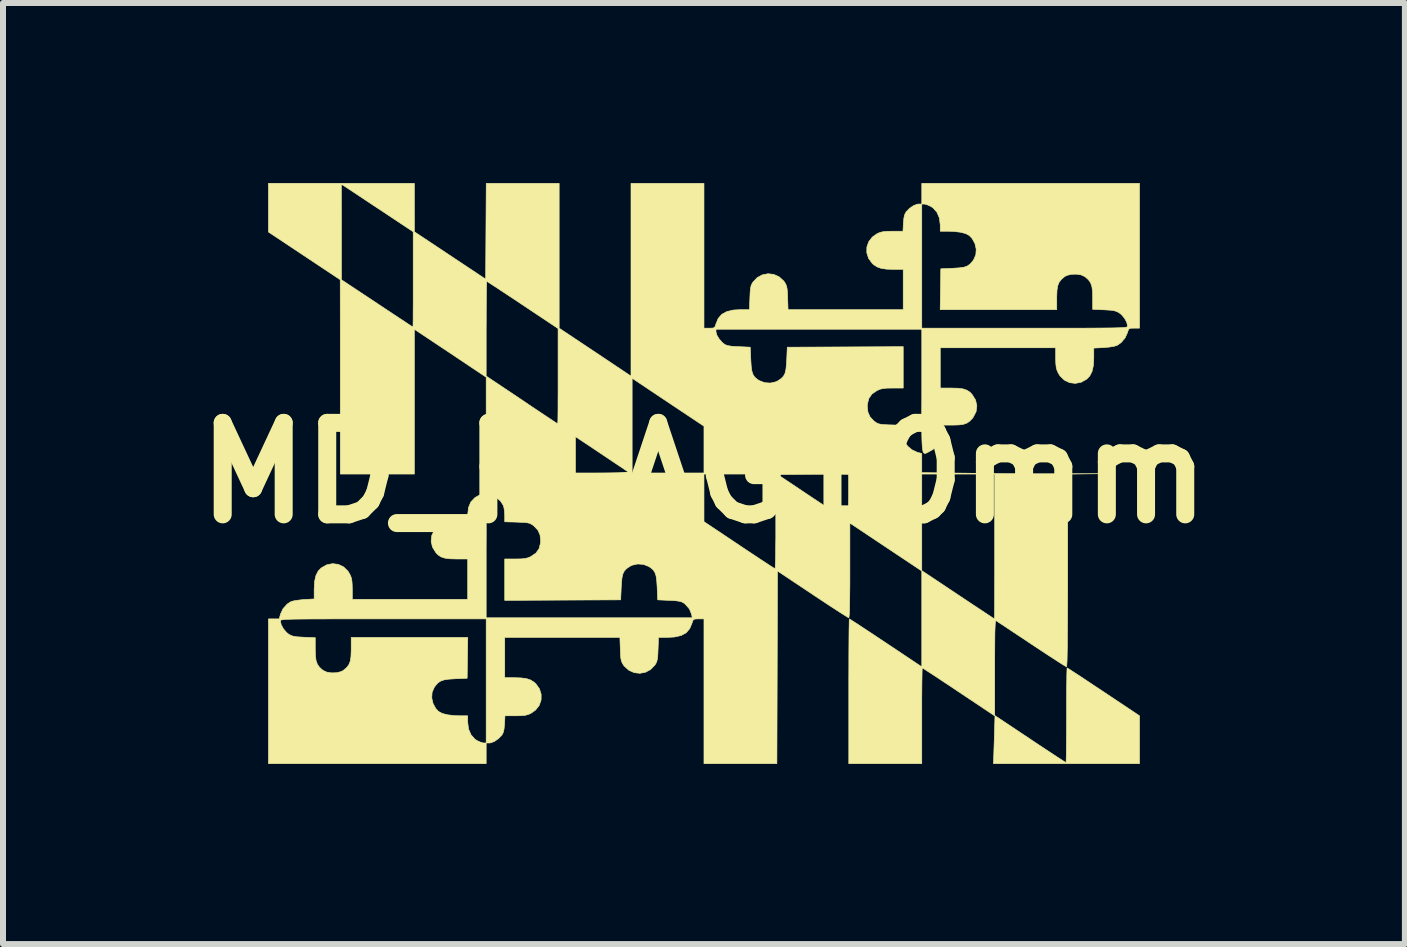
<source format=kicad_pcb>
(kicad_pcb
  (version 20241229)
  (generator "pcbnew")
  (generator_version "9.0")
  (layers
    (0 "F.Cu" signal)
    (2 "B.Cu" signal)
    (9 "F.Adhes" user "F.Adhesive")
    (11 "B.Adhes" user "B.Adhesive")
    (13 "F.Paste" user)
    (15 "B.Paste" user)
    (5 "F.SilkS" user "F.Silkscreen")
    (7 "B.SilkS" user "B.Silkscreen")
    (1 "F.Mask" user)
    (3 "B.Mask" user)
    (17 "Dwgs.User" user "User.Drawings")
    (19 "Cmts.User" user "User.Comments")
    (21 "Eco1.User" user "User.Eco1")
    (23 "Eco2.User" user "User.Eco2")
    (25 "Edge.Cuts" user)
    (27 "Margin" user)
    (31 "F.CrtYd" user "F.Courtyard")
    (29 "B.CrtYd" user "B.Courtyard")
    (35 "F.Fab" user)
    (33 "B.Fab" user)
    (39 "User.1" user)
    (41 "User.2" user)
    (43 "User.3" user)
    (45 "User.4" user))
  (footprint "MD_FLAG10mm"
    (layer "F.Cu")
    (at 8.68 4.831)
    (property "Reference" "MD_FLAG10mm" (at 0 0 0) (layer "F.SilkS") (effects (font (size 1.524 1.524) (thickness 0.3))))
    (attr through_hole)
    (fp_poly (pts (xy -4.826 -4.422) (xy -4.825 -4.019) (xy -4.231 -3.624) (xy -3.638 -3.23) (xy -3.633 -4.028) (xy -3.628 -4.826) (xy -2.413 -4.826) (xy -2.413 -2.413) (xy -1.814 -2.014) (xy -1.216 -1.614) (xy -1.216 -4.826) (xy 0 -4.826) (xy 0 -2.413) (xy 0.09 -2.413) (xy 3.629 -2.413) (xy 5.343 -2.413) (xy 5.631 -2.413) (xy 5.884 -2.413) (xy 6.106 -2.413) (xy 6.298 -2.413) (xy 6.462 -2.414) (xy 6.6 -2.415) (xy 6.716 -2.416) (xy 6.81 -2.417) (xy 6.885 -2.419) (xy 6.943 -2.421) (xy 6.986 -2.423) (xy 7.017 -2.426) (xy 7.037 -2.43) (xy 7.049 -2.434) (xy 7.055 -2.439) (xy 7.057 -2.445) (xy 7.058 -2.45) (xy 7.044 -2.511) (xy 7.007 -2.579) (xy 6.956 -2.639) (xy 6.918 -2.669) (xy 6.879 -2.69) (xy 6.836 -2.703) (xy 6.779 -2.712) (xy 6.698 -2.717) (xy 6.663 -2.719) (xy 6.477 -2.726) (xy 6.477 -2.92) (xy 6.474 -3.029) (xy 6.463 -3.11) (xy 6.441 -3.171) (xy 6.405 -3.221) (xy 6.352 -3.268) (xy 6.344 -3.273) (xy 6.283 -3.301) (xy 6.202 -3.313) (xy 6.118 -3.31) (xy 6.044 -3.291) (xy 6.011 -3.273) (xy 5.956 -3.227) (xy 5.918 -3.178) (xy 5.894 -3.119) (xy 5.882 -3.042) (xy 5.878 -2.938) (xy 5.878 -2.918) (xy 5.878 -2.721) (xy 3.936 -2.721) (xy 3.941 -3.062) (xy 3.946 -3.402) (xy 4.149 -3.411) (xy 4.255 -3.418) (xy 4.332 -3.429) (xy 4.389 -3.449) (xy 4.434 -3.481) (xy 4.475 -3.528) (xy 4.495 -3.556) (xy 4.53 -3.637) (xy 4.536 -3.729) (xy 4.515 -3.822) (xy 4.469 -3.906) (xy 4.421 -3.957) (xy 4.361 -3.989) (xy 4.271 -4.012) (xy 4.157 -4.025) (xy 4.072 -4.028) (xy 3.937 -4.028) (xy 3.937 -4.133) (xy 3.923 -4.248) (xy 3.882 -4.344) (xy 3.817 -4.417) (xy 3.783 -4.44) (xy 3.729 -4.465) (xy 3.682 -4.48) (xy 3.669 -4.481) (xy 3.629 -4.481) (xy 3.629 -2.413) (xy 0.09 -2.413) (xy 0.144 -2.414) (xy 0.173 -2.423) (xy 0.188 -2.447) (xy 0.199 -2.483) (xy 0.237 -2.575) (xy 0.296 -2.643) (xy 0.38 -2.689) (xy 0.49 -2.715) (xy 0.601 -2.721) (xy 0.758 -2.721) (xy 0.765 -2.918) (xy 0.769 -3.009) (xy 0.775 -3.072) (xy 0.784 -3.117) (xy 0.799 -3.152) (xy 0.816 -3.18) (xy 0.888 -3.256) (xy 0.974 -3.302) (xy 1.068 -3.32) (xy 1.163 -3.309) (xy 1.252 -3.269) (xy 1.328 -3.2) (xy 1.343 -3.18) (xy 1.363 -3.146) (xy 1.377 -3.11) (xy 1.386 -3.063) (xy 1.391 -2.996) (xy 1.394 -2.918) (xy 1.401 -2.721) (xy 3.32 -2.721) (xy 3.32 -3.393) (xy 3.161 -3.393) (xy 3.045 -3.396) (xy 2.956 -3.409) (xy 2.888 -3.432) (xy 2.831 -3.468) (xy 2.803 -3.493) (xy 2.742 -3.577) (xy 2.713 -3.67) (xy 2.714 -3.764) (xy 2.745 -3.853) (xy 2.805 -3.931) (xy 2.884 -3.987) (xy 2.931 -4.007) (xy 2.979 -4.019) (xy 3.041 -4.026) (xy 3.127 -4.028) (xy 3.141 -4.028) (xy 3.316 -4.028) (xy 3.323 -4.163) (xy 3.331 -4.248) (xy 3.345 -4.307) (xy 3.367 -4.349) (xy 3.424 -4.408) (xy 3.49 -4.454) (xy 3.554 -4.479) (xy 3.577 -4.481) (xy 3.629 -4.481) (xy 3.629 -4.826) (xy 7.257 -4.826) (xy 7.257 -2.413) (xy 7.167 -2.413) (xy 7.113 -2.412) (xy 7.084 -2.403) (xy 7.069 -2.378) (xy 7.058 -2.341) (xy 7.017 -2.251) (xy 6.951 -2.173) (xy 6.888 -2.128) (xy 6.835 -2.111) (xy 6.755 -2.098) (xy 6.663 -2.09) (xy 6.495 -2.081) (xy 6.495 -1.916) (xy 6.488 -1.789) (xy 6.466 -1.691) (xy 6.428 -1.616) (xy 6.377 -1.563) (xy 6.285 -1.512) (xy 6.188 -1.493) (xy 6.092 -1.505) (xy 6.005 -1.547) (xy 5.932 -1.618) (xy 5.901 -1.669) (xy 5.88 -1.717) (xy 5.868 -1.767) (xy 5.862 -1.832) (xy 5.86 -1.918) (xy 5.86 -2.086) (xy 3.937 -2.086) (xy 3.937 -1.415) (xy 4.119 -1.415) (xy 4.232 -1.412) (xy 4.317 -1.401) (xy 4.381 -1.379) (xy 4.432 -1.346) (xy 4.468 -1.308) (xy 4.525 -1.216) (xy 4.547 -1.119) (xy 4.534 -1.021) (xy 4.486 -0.928) (xy 4.47 -0.907) (xy 4.426 -0.862) (xy 4.38 -0.831) (xy 4.324 -0.811) (xy 4.249 -0.801) (xy 4.148 -0.798) (xy 4.128 -0.798) (xy 3.937 -0.798) (xy 3.937 -0.677) (xy 3.924 -0.559) (xy 3.885 -0.466) (xy 3.82 -0.395) (xy 3.768 -0.365) (xy 3.739 -0.349) (xy 3.714 -0.336) (xy 3.693 -0.327) (xy 3.676 -0.326) (xy 3.662 -0.334) (xy 3.651 -0.354) (xy 3.643 -0.39) (xy 3.637 -0.442) (xy 3.633 -0.514) (xy 3.63 -0.609) (xy 3.629 -0.729) (xy 3.628 -0.876) (xy 3.628 -1.054) (xy 3.629 -1.264) (xy 3.629 -1.361) (xy 3.629 -2.395) (xy 0.2 -2.395) (xy 0.2 -2.352) (xy 0.213 -2.3) (xy 0.249 -2.239) (xy 0.299 -2.18) (xy 0.332 -2.152) (xy 0.363 -2.133) (xy 0.402 -2.121) (xy 0.459 -2.112) (xy 0.54 -2.106) (xy 0.577 -2.105) (xy 0.771 -2.096) (xy 0.78 -1.887) (xy 0.787 -1.778) (xy 0.798 -1.699) (xy 0.817 -1.641) (xy 0.846 -1.597) (xy 0.889 -1.56) (xy 0.922 -1.539) (xy 1.009 -1.505) (xy 1.105 -1.498) (xy 1.198 -1.519) (xy 1.237 -1.539) (xy 1.289 -1.575) (xy 1.326 -1.614) (xy 1.351 -1.662) (xy 1.366 -1.728) (xy 1.375 -1.819) (xy 1.379 -1.887) (xy 1.388 -2.096) (xy 2.354 -2.1) (xy 3.32 -2.105) (xy 3.32 -1.415) (xy 3.143 -1.415) (xy 3.052 -1.414) (xy 2.988 -1.408) (xy 2.938 -1.397) (xy 2.893 -1.378) (xy 2.884 -1.374) (xy 2.799 -1.316) (xy 2.746 -1.24) (xy 2.723 -1.145) (xy 2.721 -1.112) (xy 2.732 -1.013) (xy 2.767 -0.935) (xy 2.831 -0.867) (xy 2.842 -0.858) (xy 2.874 -0.836) (xy 2.904 -0.821) (xy 2.943 -0.812) (xy 2.997 -0.806) (xy 3.076 -0.802) (xy 3.115 -0.801) (xy 3.32 -0.795) (xy 3.32 -0.687) (xy 3.324 -0.617) (xy 3.335 -0.551) (xy 3.345 -0.52) (xy 3.392 -0.448) (xy 3.464 -0.387) (xy 3.549 -0.347) (xy 3.557 -0.344) (xy 3.629 -0.325) (xy 3.629 -0.006) (xy 4.536 0.006) (xy 4.758 0.008) (xy 5.007 0.01) (xy 5.272 0.012) (xy 5.543 0.013) (xy 5.81 0.013) (xy 6.063 0.013) (xy 6.293 0.012) (xy 6.345 0.012) (xy 6.501 0.011) (xy 6.628 0.01) (xy 6.725 0.01) (xy 6.791 0.009) (xy 6.826 0.009) (xy 6.828 0.01) (xy 6.796 0.01) (xy 6.73 0.011) (xy 6.654 0.012) (xy 6.06 0.019) (xy 6.06 1.624) (xy 6.06 1.947) (xy 6.059 2.234) (xy 6.058 2.484) (xy 6.056 2.699) (xy 6.055 2.877) (xy 6.052 3.018) (xy 6.05 3.124) (xy 6.046 3.193) (xy 6.043 3.226) (xy 6.041 3.229) (xy 6.023 3.22) (xy 5.977 3.192) (xy 5.908 3.148) (xy 5.82 3.091) (xy 5.715 3.023) (xy 5.597 2.945) (xy 5.47 2.861) (xy 5.456 2.852) (xy 5.328 2.766) (xy 5.208 2.687) (xy 5.101 2.616) (xy 5.01 2.555) (xy 4.938 2.508) (xy 4.89 2.476) (xy 4.867 2.461) (xy 4.867 2.461) (xy 4.861 2.464) (xy 4.857 2.483) (xy 4.853 2.521) (xy 4.85 2.58) (xy 4.847 2.663) (xy 4.846 2.771) (xy 4.845 2.909) (xy 4.844 3.078) (xy 4.844 3.244) (xy 4.844 4.04) (xy 5.434 4.433) (xy 5.564 4.52) (xy 5.685 4.6) (xy 5.793 4.671) (xy 5.885 4.732) (xy 5.958 4.779) (xy 6.007 4.811) (xy 6.031 4.825) (xy 6.032 4.826) (xy 6.034 4.808) (xy 6.036 4.758) (xy 6.038 4.679) (xy 6.039 4.575) (xy 6.04 4.449) (xy 6.041 4.305) (xy 6.041 4.148) (xy 6.042 4.037) (xy 6.042 3.872) (xy 6.042 3.718) (xy 6.043 3.58) (xy 6.045 3.461) (xy 6.046 3.365) (xy 6.048 3.295) (xy 6.05 3.255) (xy 6.051 3.248) (xy 6.067 3.257) (xy 6.111 3.285) (xy 6.178 3.329) (xy 6.266 3.386) (xy 6.37 3.455) (xy 6.488 3.534) (xy 6.617 3.619) (xy 6.659 3.647) (xy 7.257 4.046) (xy 7.257 4.844) (xy 4.824 4.844) (xy 4.837 4.447) (xy 4.849 4.05) (xy 4.248 3.649) (xy 4.117 3.561) (xy 3.994 3.48) (xy 3.885 3.407) (xy 3.791 3.346) (xy 3.717 3.298) (xy 3.666 3.264) (xy 3.64 3.249) (xy 3.638 3.248) (xy 3.636 3.265) (xy 3.634 3.315) (xy 3.633 3.394) (xy 3.631 3.499) (xy 3.63 3.625) (xy 3.629 3.769) (xy 3.629 3.927) (xy 3.629 4.046) (xy 3.629 4.844) (xy 2.413 4.844) (xy 2.413 3.638) (xy 2.413 3.432) (xy 2.414 3.238) (xy 2.414 3.057) (xy 2.415 2.894) (xy 2.416 2.75) (xy 2.417 2.629) (xy 2.419 2.535) (xy 2.42 2.469) (xy 2.422 2.435) (xy 2.422 2.431) (xy 2.439 2.441) (xy 2.482 2.469) (xy 2.55 2.512) (xy 2.637 2.57) (xy 2.742 2.639) (xy 2.86 2.717) (xy 2.989 2.803) (xy 3.03 2.83) (xy 3.629 3.23) (xy 3.629 1.633) (xy 3.03 1.234) (xy 2.431 0.834) (xy 2.431 1.624) (xy 2.431 1.839) (xy 2.429 2.021) (xy 2.427 2.169) (xy 2.425 2.282) (xy 2.421 2.361) (xy 2.416 2.404) (xy 2.413 2.413) (xy 2.394 2.403) (xy 2.349 2.375) (xy 2.28 2.332) (xy 2.191 2.274) (xy 2.086 2.206) (xy 1.967 2.127) (xy 1.838 2.042) (xy 1.81 2.023) (xy 1.225 1.633) (xy 1.22 3.238) (xy 1.215 4.844) (xy 0 4.844) (xy 0 2.431) (xy -0.09 2.431) (xy -0.144 2.433) (xy -0.173 2.442) (xy -0.188 2.465) (xy -0.199 2.501) (xy -0.237 2.593) (xy -0.296 2.662) (xy -0.38 2.708) (xy -0.49 2.733) (xy -0.601 2.739) (xy -0.758 2.74) (xy -0.765 2.936) (xy -0.769 3.027) (xy -0.775 3.09) (xy -0.784 3.135) (xy -0.799 3.17) (xy -0.816 3.198) (xy -0.888 3.274) (xy -0.974 3.32) (xy -1.068 3.338) (xy -1.163 3.327) (xy -1.252 3.287) (xy -1.328 3.218) (xy -1.343 3.198) (xy -1.363 3.164) (xy -1.377 3.129) (xy -1.386 3.082) (xy -1.391 3.015) (xy -1.394 2.936) (xy -1.401 2.74) (xy -3.32 2.74) (xy -3.32 3.411) (xy -3.161 3.411) (xy -3.045 3.415) (xy -2.956 3.427) (xy -2.888 3.45) (xy -2.831 3.486) (xy -2.803 3.511) (xy -2.742 3.595) (xy -2.713 3.688) (xy -2.714 3.782) (xy -2.745 3.872) (xy -2.805 3.949) (xy -2.884 4.005) (xy -2.931 4.025) (xy -2.979 4.038) (xy -3.041 4.044) (xy -3.127 4.046) (xy -3.141 4.046) (xy -3.316 4.046) (xy -3.323 4.181) (xy -3.331 4.266) (xy -3.345 4.325) (xy -3.367 4.367) (xy -3.424 4.426) (xy -3.49 4.472) (xy -3.554 4.497) (xy -3.577 4.499) (xy -3.629 4.499) (xy -3.629 4.844) (xy -7.257 4.844) (xy -7.257 2.468) (xy -7.058 2.468) (xy -7.044 2.53) (xy -7.007 2.597) (xy -6.956 2.657) (xy -6.918 2.688) (xy -6.879 2.708) (xy -6.836 2.722) (xy -6.779 2.73) (xy -6.698 2.735) (xy -6.663 2.737) (xy -6.477 2.744) (xy -6.477 2.939) (xy -6.474 3.047) (xy -6.463 3.128) (xy -6.441 3.189) (xy -6.405 3.239) (xy -6.352 3.286) (xy -6.344 3.291) (xy -6.283 3.319) (xy -6.202 3.331) (xy -6.118 3.328) (xy -6.044 3.309) (xy -6.011 3.291) (xy -5.956 3.245) (xy -5.918 3.196) (xy -5.894 3.137) (xy -5.882 3.06) (xy -5.878 2.956) (xy -5.878 2.936) (xy -5.878 2.74) (xy -3.936 2.74) (xy -3.941 3.08) (xy -3.946 3.42) (xy -4.149 3.429) (xy -4.255 3.436) (xy -4.332 3.448) (xy -4.389 3.468) (xy -4.434 3.499) (xy -4.475 3.546) (xy -4.495 3.574) (xy -4.53 3.655) (xy -4.536 3.747) (xy -4.515 3.84) (xy -4.469 3.925) (xy -4.421 3.975) (xy -4.361 4.007) (xy -4.27 4.03) (xy -4.157 4.043) (xy -4.072 4.046) (xy -3.937 4.046) (xy -3.937 4.151) (xy -3.923 4.266) (xy -3.882 4.362) (xy -3.817 4.435) (xy -3.783 4.458) (xy -3.729 4.483) (xy -3.682 4.498) (xy -3.669 4.499) (xy -3.629 4.499) (xy -3.629 2.431) (xy -5.343 2.431) (xy -5.631 2.431) (xy -5.884 2.431) (xy -6.106 2.431) (xy -6.298 2.432) (xy -6.462 2.432) (xy -6.6 2.433) (xy -6.716 2.434) (xy -6.81 2.435) (xy -6.885 2.437) (xy -6.943 2.439) (xy -6.986 2.441) (xy -7.017 2.445) (xy -7.037 2.448) (xy -7.049 2.452) (xy -7.055 2.457) (xy -7.057 2.463) (xy -7.058 2.468) (xy -7.257 2.468) (xy -7.257 2.431) (xy -7.077 2.431) (xy -7.057 2.354) (xy -7.015 2.263) (xy -6.946 2.186) (xy -6.888 2.147) (xy -6.845 2.133) (xy -6.776 2.121) (xy -6.693 2.111) (xy -6.665 2.109) (xy -6.495 2.099) (xy -6.495 1.934) (xy -6.488 1.807) (xy -6.466 1.709) (xy -6.428 1.634) (xy -6.377 1.582) (xy -6.285 1.53) (xy -6.188 1.511) (xy -6.092 1.523) (xy -6.005 1.565) (xy -5.932 1.636) (xy -5.901 1.687) (xy -5.88 1.735) (xy -5.868 1.785) (xy -5.862 1.85) (xy -5.86 1.936) (xy -5.86 2.105) (xy -3.937 2.105) (xy -3.937 1.433) (xy -4.119 1.433) (xy -4.232 1.43) (xy -4.317 1.419) (xy -4.381 1.398) (xy -4.432 1.364) (xy -4.468 1.326) (xy -4.524 1.236) (xy -4.546 1.139) (xy -4.536 1.043) (xy -4.494 0.953) (xy -4.466 0.919) (xy -4.42 0.876) (xy -4.374 0.846) (xy -4.319 0.828) (xy -4.246 0.819) (xy -4.147 0.816) (xy -4.128 0.816) (xy -3.937 0.816) (xy -3.937 0.696) (xy -3.924 0.577) (xy -3.885 0.484) (xy -3.82 0.414) (xy -3.768 0.383) (xy -3.739 0.368) (xy -3.714 0.354) (xy -3.693 0.346) (xy -3.676 0.344) (xy -3.662 0.352) (xy -3.651 0.373) (xy -3.643 0.408) (xy -3.637 0.46) (xy -3.633 0.533) (xy -3.63 0.627) (xy -3.629 0.747) (xy -3.628 0.895) (xy -3.628 1.072) (xy -3.629 1.282) (xy -3.629 1.379) (xy -3.629 2.413) (xy -0.195 2.413) (xy -0.207 2.354) (xy -0.242 2.266) (xy -0.311 2.187) (xy -0.334 2.169) (xy -0.364 2.151) (xy -0.403 2.139) (xy -0.46 2.13) (xy -0.543 2.124) (xy -0.577 2.123) (xy -0.771 2.114) (xy -0.78 1.905) (xy -0.787 1.797) (xy -0.798 1.717) (xy -0.817 1.659) (xy -0.846 1.615) (xy -0.889 1.578) (xy -0.922 1.557) (xy -1.009 1.523) (xy -1.105 1.516) (xy -1.198 1.537) (xy -1.237 1.557) (xy -1.289 1.593) (xy -1.326 1.632) (xy -1.351 1.681) (xy -1.366 1.746) (xy -1.375 1.837) (xy -1.379 1.905) (xy -1.388 2.114) (xy -2.354 2.118) (xy -3.32 2.123) (xy -3.32 1.433) (xy -3.143 1.433) (xy -3.052 1.432) (xy -2.988 1.426) (xy -2.938 1.415) (xy -2.893 1.397) (xy -2.884 1.392) (xy -2.799 1.334) (xy -2.746 1.258) (xy -2.723 1.164) (xy -2.721 1.13) (xy -2.732 1.031) (xy -2.767 0.953) (xy -2.831 0.886) (xy -2.842 0.876) (xy -2.874 0.854) (xy -2.904 0.839) (xy -2.943 0.83) (xy -2.997 0.824) (xy -3.076 0.821) (xy -3.115 0.819) (xy -3.32 0.813) (xy -3.32 0.705) (xy -3.324 0.635) (xy -3.335 0.569) (xy -3.345 0.538) (xy -3.392 0.466) (xy -3.464 0.405) (xy -3.549 0.365) (xy -3.557 0.363) (xy -3.629 0.343) (xy -3.629 0.018) (xy 0 0.018) (xy 0 0.811) (xy 0.585 1.202) (xy 0.715 1.289) (xy 0.836 1.369) (xy 0.944 1.441) (xy 1.036 1.501) (xy 1.109 1.549) (xy 1.158 1.58) (xy 1.182 1.595) (xy 1.184 1.595) (xy 1.187 1.578) (xy 1.189 1.528) (xy 1.192 1.449) (xy 1.194 1.345) (xy 1.195 1.22) (xy 1.197 1.076) (xy 1.197 0.918) (xy 1.197 0.807) (xy 1.197 0.027) (xy 1.229 0.027) (xy 1.816 0.419) (xy 2.404 0.81) (xy 2.409 0.421) (xy 2.41 0.306) (xy 2.41 0.204) (xy 2.41 0.12) (xy 2.409 0.059) (xy 2.408 0.028) (xy 2.407 0.024) (xy 2.388 0.023) (xy 2.337 0.022) (xy 2.258 0.021) (xy 2.156 0.021) (xy 2.036 0.021) (xy 1.9 0.022) (xy 1.815 0.022) (xy 1.229 0.027) (xy 1.197 0.027) (xy 1.197 0.018) (xy 3.629 0.018) (xy 3.629 1.627) (xy 4.232 2.029) (xy 4.364 2.117) (xy 4.486 2.198) (xy 4.595 2.27) (xy 4.688 2.332) (xy 4.761 2.38) (xy 4.812 2.414) (xy 4.838 2.43) (xy 4.84 2.431) (xy 4.84 2.413) (xy 4.841 2.363) (xy 4.842 2.281) (xy 4.842 2.173) (xy 4.843 2.04) (xy 4.843 1.885) (xy 4.844 1.712) (xy 4.844 1.524) (xy 4.844 1.323) (xy 4.844 1.225) (xy 4.844 0.018) (xy 3.629 0.018) (xy 1.197 0.018) (xy 0 0.018) (xy -3.629 0.018) (xy -3.629 -0.391) (xy -2.413 -0.391) (xy -2.413 0) (xy -1.829 0) (xy -1.197 0) (xy 0 0) (xy 0 -0.78) (xy -0.599 -1.179) (xy -1.197 -1.579) (xy -1.197 0) (xy -1.829 0) (xy -1.68 -0.000473) (xy -1.548 -0.002) (xy -1.437 -0.004) (xy -1.35 -0.007) (xy -1.291 -0.01) (xy -1.263 -0.014) (xy -1.262 -0.016) (xy -1.279 -0.028) (xy -1.323 -0.058) (xy -1.389 -0.103) (xy -1.473 -0.159) (xy -1.57 -0.224) (xy -1.677 -0.296) (xy -1.789 -0.371) (xy -1.903 -0.447) (xy -2.014 -0.521) (xy -2.118 -0.59) (xy -2.212 -0.652) (xy -2.29 -0.703) (xy -2.348 -0.742) (xy -2.384 -0.765) (xy -2.39 -0.769) (xy -2.398 -0.766) (xy -2.404 -0.745) (xy -2.408 -0.703) (xy -2.411 -0.636) (xy -2.412 -0.54) (xy -2.413 -0.412) (xy -2.413 -0.391) (xy -3.629 -0.391) (xy -3.629 -1.596) (xy -4.227 -1.996) (xy -4.826 -2.395) (xy -4.826 0.018) (xy -6.06 0.018) (xy -6.06 -2.404) (xy -3.629 -2.404) (xy -3.629 -1.615) (xy -3.034 -1.217) (xy -2.904 -1.129) (xy -2.783 -1.048) (xy -2.675 -0.976) (xy -2.583 -0.915) (xy -2.511 -0.867) (xy -2.461 -0.834) (xy -2.437 -0.819) (xy -2.436 -0.818) (xy -2.435 -0.835) (xy -2.434 -0.885) (xy -2.433 -0.964) (xy -2.432 -1.068) (xy -2.432 -1.194) (xy -2.431 -1.337) (xy -2.431 -1.496) (xy -2.431 -1.612) (xy -2.431 -2.407) (xy -3.021 -2.8) (xy -3.151 -2.887) (xy -3.272 -2.967) (xy -3.38 -3.038) (xy -3.472 -3.099) (xy -3.545 -3.146) (xy -3.594 -3.178) (xy -3.618 -3.193) (xy -3.619 -3.193) (xy -3.621 -3.176) (xy -3.623 -3.125) (xy -3.625 -3.046) (xy -3.626 -2.942) (xy -3.627 -2.816) (xy -3.628 -2.673) (xy -3.628 -2.515) (xy -3.629 -2.404) (xy -6.06 -2.404) (xy -6.061 -3.22) (xy -7.257 -4.015) (xy -7.257 -4.811) (xy -6.042 -4.811) (xy -6.041 -4.016) (xy -6.041 -3.22) (xy -5.447 -2.826) (xy -5.316 -2.739) (xy -5.195 -2.659) (xy -5.087 -2.587) (xy -4.995 -2.527) (xy -4.923 -2.479) (xy -4.874 -2.447) (xy -4.85 -2.432) (xy -4.849 -2.431) (xy -4.848 -2.449) (xy -4.847 -2.499) (xy -4.846 -2.578) (xy -4.846 -2.682) (xy -4.845 -2.808) (xy -4.845 -2.952) (xy -4.845 -3.11) (xy -4.845 -3.225) (xy -4.845 -4.019) (xy -5.391 -4.382) (xy -5.519 -4.466) (xy -5.639 -4.546) (xy -5.747 -4.618) (xy -5.841 -4.68) (xy -5.915 -4.729) (xy -5.966 -4.763) (xy -5.989 -4.778) (xy -6.042 -4.811) (xy -7.257 -4.811) (xy -7.257 -4.826) (xy -4.826 -4.826) (xy -4.826 -4.422)) (stroke (width 0.01) (type solid)) (fill yes) (layer "F.SilkS")))
  (gr_rect
    (start -3 -3)
    (end 20.359 12.68)
    (stroke (width 0.1) (type default))
    (fill no)
    (layer "Edge.Cuts")))
</source>
